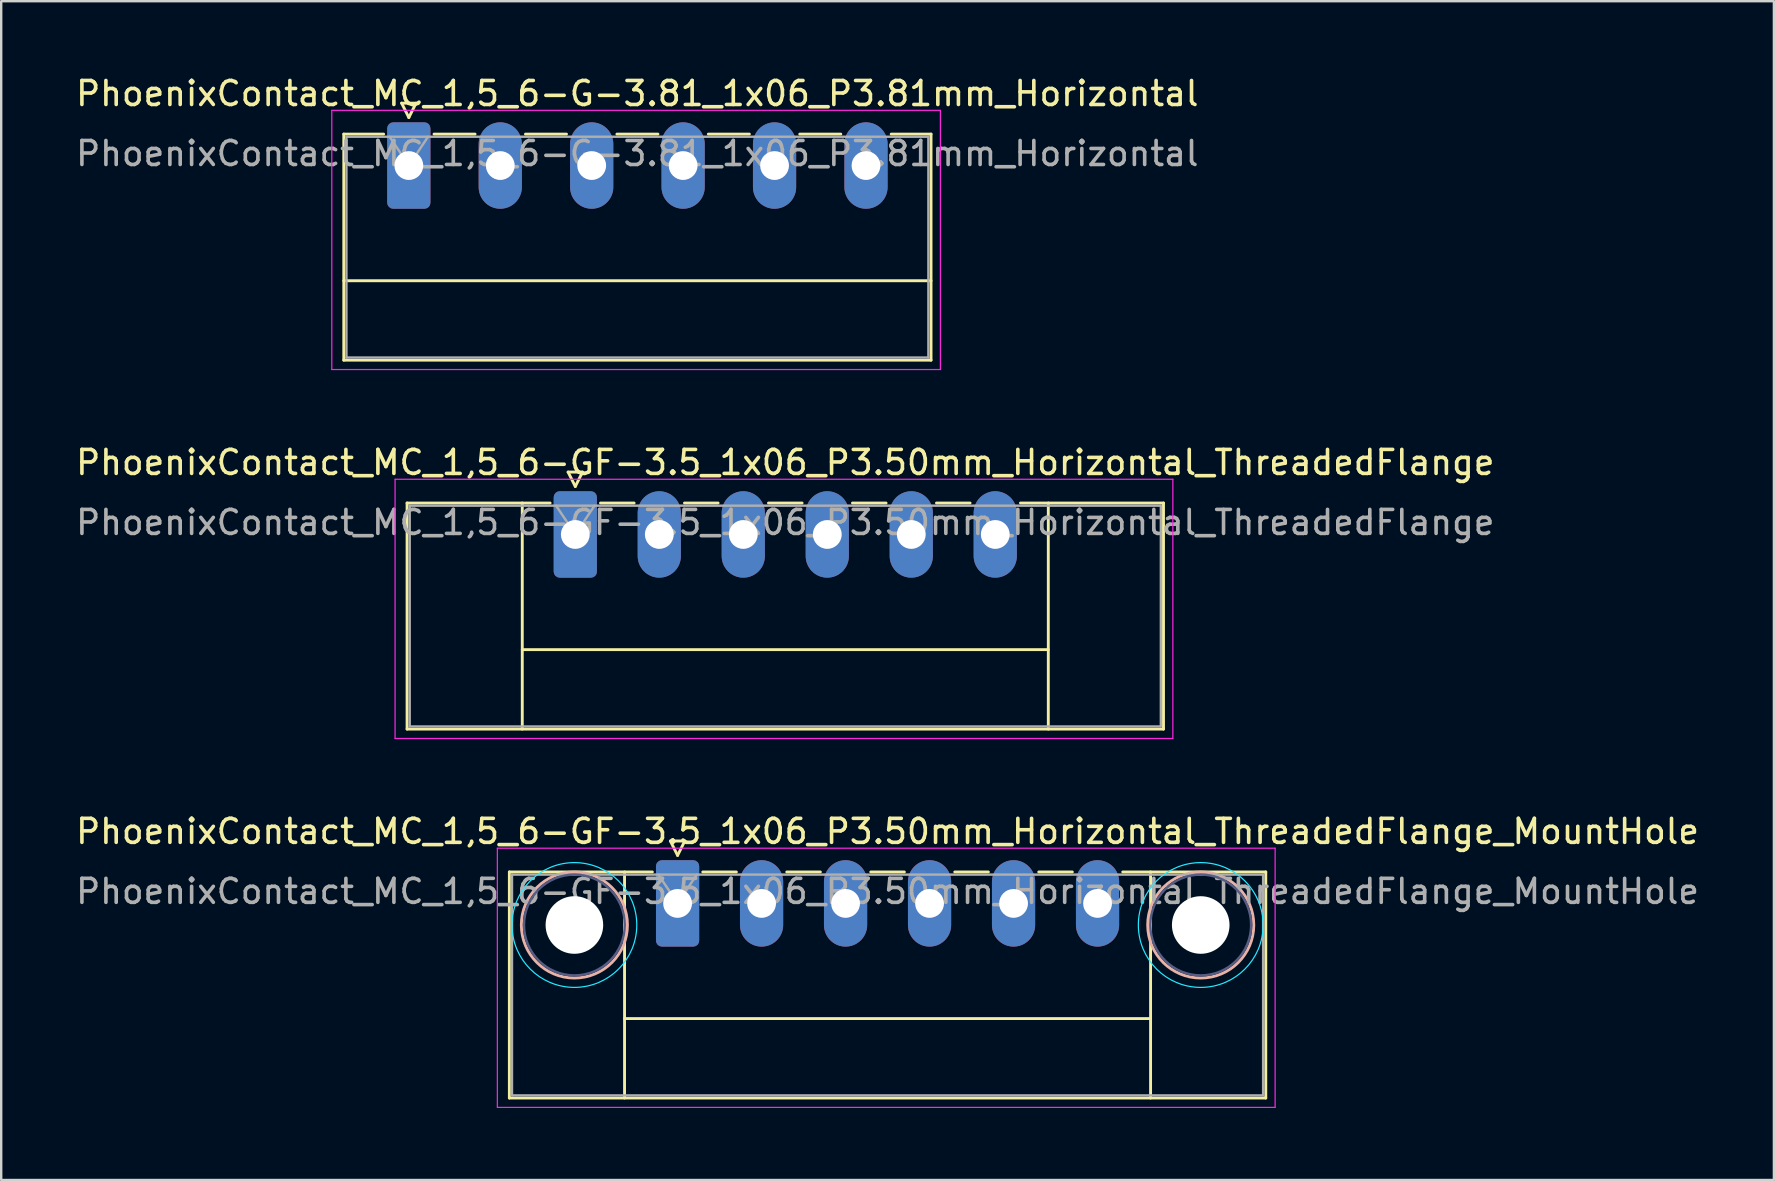
<source format=kicad_pcb>
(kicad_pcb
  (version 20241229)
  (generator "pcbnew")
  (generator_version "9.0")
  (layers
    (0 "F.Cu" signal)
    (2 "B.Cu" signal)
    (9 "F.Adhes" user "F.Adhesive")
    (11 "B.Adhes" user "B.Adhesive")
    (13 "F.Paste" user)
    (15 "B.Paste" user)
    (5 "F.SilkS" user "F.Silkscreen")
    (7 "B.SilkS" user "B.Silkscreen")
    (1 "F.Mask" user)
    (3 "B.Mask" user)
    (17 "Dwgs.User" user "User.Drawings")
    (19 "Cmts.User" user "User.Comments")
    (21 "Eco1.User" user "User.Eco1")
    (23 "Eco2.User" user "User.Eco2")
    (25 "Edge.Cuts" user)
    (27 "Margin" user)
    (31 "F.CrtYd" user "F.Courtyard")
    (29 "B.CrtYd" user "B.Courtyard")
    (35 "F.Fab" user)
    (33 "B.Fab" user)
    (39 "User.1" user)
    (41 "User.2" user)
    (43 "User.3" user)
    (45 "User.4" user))
  (footprint "PhoenixContact_MC_1,5_6-GF-3.5_1x06_P3.50mm_Horizontal_ThreadedFlange_MountHole"
    (layer "F.Cu")
    (at 25.185 34.595)
    (property "Reference" "PhoenixContact_MC_1,5_6-GF-3.5_1x06_P3.50mm_Horizontal_ThreadedFlange_MountHole" (at 8.75 -3 0) (layer "F.SilkS") (effects (font (size 1 1) (thickness 0.15))))
    (attr through_hole)
    (fp_line (start -7.01 -1.31) (end -7.01 8.11) (stroke (width 0.12) (type solid)) (layer "F.SilkS"))
    (fp_line (start -7.01 -1.31) (end -1.05 -1.31) (stroke (width 0.12) (type solid)) (layer "F.SilkS"))
    (fp_line (start -7.01 8.11) (end 24.51 8.11) (stroke (width 0.12) (type solid)) (layer "F.SilkS"))
    (fp_line (start -2.21 -1.31) (end -2.21 8.11) (stroke (width 0.12) (type solid)) (layer "F.SilkS"))
    (fp_line (start -2.21 4.8) (end 19.71 4.8) (stroke (width 0.12) (type solid)) (layer "F.SilkS"))
    (fp_line (start -0.3 -2.6) (end 0.3 -2.6) (stroke (width 0.12) (type solid)) (layer "F.SilkS"))
    (fp_line (start 0 -2) (end -0.3 -2.6) (stroke (width 0.12) (type solid)) (layer "F.SilkS"))
    (fp_line (start 0.3 -2.6) (end 0 -2) (stroke (width 0.12) (type solid)) (layer "F.SilkS"))
    (fp_line (start 1.05 -1.31) (end 2.45 -1.31) (stroke (width 0.12) (type solid)) (layer "F.SilkS"))
    (fp_line (start 4.55 -1.31) (end 5.95 -1.31) (stroke (width 0.12) (type solid)) (layer "F.SilkS"))
    (fp_line (start 8.05 -1.31) (end 9.45 -1.31) (stroke (width 0.12) (type solid)) (layer "F.SilkS"))
    (fp_line (start 11.55 -1.31) (end 12.95 -1.31) (stroke (width 0.12) (type solid)) (layer "F.SilkS"))
    (fp_line (start 15.05 -1.31) (end 16.45 -1.31) (stroke (width 0.12) (type solid)) (layer "F.SilkS"))
    (fp_line (start 19.71 -1.31) (end 19.71 8.11) (stroke (width 0.12) (type solid)) (layer "F.SilkS"))
    (fp_line (start 24.51 -1.31) (end 18.55 -1.31) (stroke (width 0.12) (type solid)) (layer "F.SilkS"))
    (fp_line (start 24.51 8.11) (end 24.51 -1.31) (stroke (width 0.12) (type solid)) (layer "F.SilkS"))
    (fp_circle (center -4.3 0.9) (end -2.09 0.9) (stroke (width 0.12) (type solid)) (fill no) (layer "B.SilkS"))
    (fp_circle (center 21.8 0.9) (end 24.01 0.9) (stroke (width 0.12) (type solid)) (fill no) (layer "B.SilkS"))
    (fp_circle (center -4.3 0.9) (end -1.7 0.9) (stroke (width 0.05) (type solid)) (fill no) (layer "B.CrtYd"))
    (fp_circle (center 21.8 0.9) (end 24.4 0.9) (stroke (width 0.05) (type solid)) (fill no) (layer "B.CrtYd"))
    (fp_line (start -7.51 -2.3) (end -7.51 8.5) (stroke (width 0.05) (type solid)) (layer "F.CrtYd"))
    (fp_line (start -7.51 8.5) (end 24.9 8.5) (stroke (width 0.05) (type solid)) (layer "F.CrtYd"))
    (fp_line (start 24.9 -2.3) (end -7.51 -2.3) (stroke (width 0.05) (type solid)) (layer "F.CrtYd"))
    (fp_line (start 24.9 8.5) (end 24.9 -2.3) (stroke (width 0.05) (type solid)) (layer "F.CrtYd"))
    (fp_circle (center -4.3 0.9) (end -2.2 0.9) (stroke (width 0.1) (type solid)) (fill no) (layer "B.Fab"))
    (fp_circle (center 21.8 0.9) (end 23.9 0.9) (stroke (width 0.1) (type solid)) (fill no) (layer "B.Fab"))
    (fp_line (start -6.9 -1.2) (end -6.9 8) (stroke (width 0.1) (type solid)) (layer "F.Fab"))
    (fp_line (start -6.9 8) (end 24.4 8) (stroke (width 0.1) (type solid)) (layer "F.Fab"))
    (fp_line (start 0 0) (end -0.8 -1.2) (stroke (width 0.1) (type solid)) (layer "F.Fab"))
    (fp_line (start 0.8 -1.2) (end 0 0) (stroke (width 0.1) (type solid)) (layer "F.Fab"))
    (fp_line (start 24.4 -1.2) (end -6.9 -1.2) (stroke (width 0.1) (type solid)) (layer "F.Fab"))
    (fp_line (start 24.4 8) (end 24.4 -1.2) (stroke (width 0.1) (type solid)) (layer "F.Fab"))
    (fp_text user "${REFERENCE}" (at 8.75 -0.5 0) (layer "F.Fab") (effects (font (size 1 1) (thickness 0.15))))
    (pad "" np_thru_hole circle (at -4.3 0.9) (size 2.4 2.4) (drill 2.4) (layers "*.Cu" "*.Mask"))
    (pad "" np_thru_hole circle (at 21.8 0.9) (size 2.4 2.4) (drill 2.4) (layers "*.Cu" "*.Mask"))
    (pad "1" thru_hole roundrect (at 0 0) (size 1.8 3.6) (drill 1.2) (layers "*.Cu" "*.Mask") (roundrect_rratio 0.139))
    (pad "2" thru_hole oval (at 3.5 0) (size 1.8 3.6) (drill 1.2) (layers "*.Cu" "*.Mask"))
    (pad "3" thru_hole oval (at 7 0) (size 1.8 3.6) (drill 1.2) (layers "*.Cu" "*.Mask"))
    (pad "4" thru_hole oval (at 10.5 0) (size 1.8 3.6) (drill 1.2) (layers "*.Cu" "*.Mask"))
    (pad "5" thru_hole oval (at 14 0) (size 1.8 3.6) (drill 1.2) (layers "*.Cu" "*.Mask"))
    (pad "6" thru_hole oval (at 17.5 0) (size 1.8 3.6) (drill 1.2) (layers "*.Cu" "*.Mask")))
  (footprint "PhoenixContact_MC_1,5_6-GF-3.5_1x06_P3.50mm_Horizontal_ThreadedFlange"
    (layer "F.Cu")
    (at 20.923 19.221)
    (property "Reference" "PhoenixContact_MC_1,5_6-GF-3.5_1x06_P3.50mm_Horizontal_ThreadedFlange" (at 8.75 -3 0) (layer "F.SilkS") (effects (font (size 1 1) (thickness 0.15))))
    (attr through_hole)
    (fp_line (start -7.01 -1.31) (end -7.01 8.11) (stroke (width 0.12) (type solid)) (layer "F.SilkS"))
    (fp_line (start -7.01 -1.31) (end -1.05 -1.31) (stroke (width 0.12) (type solid)) (layer "F.SilkS"))
    (fp_line (start -7.01 8.11) (end 24.51 8.11) (stroke (width 0.12) (type solid)) (layer "F.SilkS"))
    (fp_line (start -2.21 -1.31) (end -2.21 8.11) (stroke (width 0.12) (type solid)) (layer "F.SilkS"))
    (fp_line (start -2.21 4.8) (end 19.71 4.8) (stroke (width 0.12) (type solid)) (layer "F.SilkS"))
    (fp_line (start -0.3 -2.6) (end 0.3 -2.6) (stroke (width 0.12) (type solid)) (layer "F.SilkS"))
    (fp_line (start 0 -2) (end -0.3 -2.6) (stroke (width 0.12) (type solid)) (layer "F.SilkS"))
    (fp_line (start 0.3 -2.6) (end 0 -2) (stroke (width 0.12) (type solid)) (layer "F.SilkS"))
    (fp_line (start 1.05 -1.31) (end 2.45 -1.31) (stroke (width 0.12) (type solid)) (layer "F.SilkS"))
    (fp_line (start 4.55 -1.31) (end 5.95 -1.31) (stroke (width 0.12) (type solid)) (layer "F.SilkS"))
    (fp_line (start 8.05 -1.31) (end 9.45 -1.31) (stroke (width 0.12) (type solid)) (layer "F.SilkS"))
    (fp_line (start 11.55 -1.31) (end 12.95 -1.31) (stroke (width 0.12) (type solid)) (layer "F.SilkS"))
    (fp_line (start 15.05 -1.31) (end 16.45 -1.31) (stroke (width 0.12) (type solid)) (layer "F.SilkS"))
    (fp_line (start 19.71 -1.31) (end 19.71 8.11) (stroke (width 0.12) (type solid)) (layer "F.SilkS"))
    (fp_line (start 24.51 -1.31) (end 18.55 -1.31) (stroke (width 0.12) (type solid)) (layer "F.SilkS"))
    (fp_line (start 24.51 8.11) (end 24.51 -1.31) (stroke (width 0.12) (type solid)) (layer "F.SilkS"))
    (fp_line (start -7.51 -2.3) (end -7.51 8.5) (stroke (width 0.05) (type solid)) (layer "F.CrtYd"))
    (fp_line (start -7.51 8.5) (end 24.9 8.5) (stroke (width 0.05) (type solid)) (layer "F.CrtYd"))
    (fp_line (start 24.9 -2.3) (end -7.51 -2.3) (stroke (width 0.05) (type solid)) (layer "F.CrtYd"))
    (fp_line (start 24.9 8.5) (end 24.9 -2.3) (stroke (width 0.05) (type solid)) (layer "F.CrtYd"))
    (fp_line (start -6.9 -1.2) (end -6.9 8) (stroke (width 0.1) (type solid)) (layer "F.Fab"))
    (fp_line (start -6.9 8) (end 24.4 8) (stroke (width 0.1) (type solid)) (layer "F.Fab"))
    (fp_line (start 0 0) (end -0.8 -1.2) (stroke (width 0.1) (type solid)) (layer "F.Fab"))
    (fp_line (start 0.8 -1.2) (end 0 0) (stroke (width 0.1) (type solid)) (layer "F.Fab"))
    (fp_line (start 24.4 -1.2) (end -6.9 -1.2) (stroke (width 0.1) (type solid)) (layer "F.Fab"))
    (fp_line (start 24.4 8) (end 24.4 -1.2) (stroke (width 0.1) (type solid)) (layer "F.Fab"))
    (fp_text user "${REFERENCE}" (at 8.75 -0.5 0) (layer "F.Fab") (effects (font (size 1 1) (thickness 0.15))))
    (pad "1" thru_hole roundrect (at 0 0) (size 1.8 3.6) (drill 1.2) (layers "*.Cu" "*.Mask") (roundrect_rratio 0.139))
    (pad "2" thru_hole oval (at 3.5 0) (size 1.8 3.6) (drill 1.2) (layers "*.Cu" "*.Mask"))
    (pad "3" thru_hole oval (at 7 0) (size 1.8 3.6) (drill 1.2) (layers "*.Cu" "*.Mask"))
    (pad "4" thru_hole oval (at 10.5 0) (size 1.8 3.6) (drill 1.2) (layers "*.Cu" "*.Mask"))
    (pad "5" thru_hole oval (at 14 0) (size 1.8 3.6) (drill 1.2) (layers "*.Cu" "*.Mask"))
    (pad "6" thru_hole oval (at 17.5 0) (size 1.8 3.6) (drill 1.2) (layers "*.Cu" "*.Mask")))
  (footprint "PhoenixContact_MC_1,5_6-G-3.81_1x06_P3.81mm_Horizontal"
    (layer "F.Cu")
    (at 13.986 3.848)
    (property "Reference" "PhoenixContact_MC_1,5_6-G-3.81_1x06_P3.81mm_Horizontal" (at 9.52 -3 0) (layer "F.SilkS") (effects (font (size 1 1) (thickness 0.15))))
    (attr through_hole)
    (fp_line (start -2.71 -1.31) (end -2.71 8.11) (stroke (width 0.12) (type solid)) (layer "F.SilkS"))
    (fp_line (start -2.71 -1.31) (end -1.05 -1.31) (stroke (width 0.12) (type solid)) (layer "F.SilkS"))
    (fp_line (start -2.71 4.8) (end 21.76 4.8) (stroke (width 0.12) (type solid)) (layer "F.SilkS"))
    (fp_line (start -2.71 8.11) (end 21.76 8.11) (stroke (width 0.12) (type solid)) (layer "F.SilkS"))
    (fp_line (start -0.3 -2.6) (end 0.3 -2.6) (stroke (width 0.12) (type solid)) (layer "F.SilkS"))
    (fp_line (start 0 -2) (end -0.3 -2.6) (stroke (width 0.12) (type solid)) (layer "F.SilkS"))
    (fp_line (start 0.3 -2.6) (end 0 -2) (stroke (width 0.12) (type solid)) (layer "F.SilkS"))
    (fp_line (start 1.05 -1.31) (end 2.76 -1.31) (stroke (width 0.12) (type solid)) (layer "F.SilkS"))
    (fp_line (start 4.86 -1.31) (end 6.57 -1.31) (stroke (width 0.12) (type solid)) (layer "F.SilkS"))
    (fp_line (start 8.67 -1.31) (end 10.38 -1.31) (stroke (width 0.12) (type solid)) (layer "F.SilkS"))
    (fp_line (start 12.48 -1.31) (end 14.19 -1.31) (stroke (width 0.12) (type solid)) (layer "F.SilkS"))
    (fp_line (start 16.29 -1.31) (end 18 -1.31) (stroke (width 0.12) (type solid)) (layer "F.SilkS"))
    (fp_line (start 21.76 -1.31) (end 20.1 -1.31) (stroke (width 0.12) (type solid)) (layer "F.SilkS"))
    (fp_line (start 21.76 8.11) (end 21.76 -1.31) (stroke (width 0.12) (type solid)) (layer "F.SilkS"))
    (fp_line (start -3.21 -2.3) (end -3.21 8.5) (stroke (width 0.05) (type solid)) (layer "F.CrtYd"))
    (fp_line (start -3.21 8.5) (end 22.15 8.5) (stroke (width 0.05) (type solid)) (layer "F.CrtYd"))
    (fp_line (start 22.15 -2.3) (end -3.21 -2.3) (stroke (width 0.05) (type solid)) (layer "F.CrtYd"))
    (fp_line (start 22.15 8.5) (end 22.15 -2.3) (stroke (width 0.05) (type solid)) (layer "F.CrtYd"))
    (fp_line (start -2.6 -1.2) (end -2.6 8) (stroke (width 0.1) (type solid)) (layer "F.Fab"))
    (fp_line (start -2.6 8) (end 21.65 8) (stroke (width 0.1) (type solid)) (layer "F.Fab"))
    (fp_line (start 0 0) (end -0.8 -1.2) (stroke (width 0.1) (type solid)) (layer "F.Fab"))
    (fp_line (start 0.8 -1.2) (end 0 0) (stroke (width 0.1) (type solid)) (layer "F.Fab"))
    (fp_line (start 21.65 -1.2) (end -2.6 -1.2) (stroke (width 0.1) (type solid)) (layer "F.Fab"))
    (fp_line (start 21.65 8) (end 21.65 -1.2) (stroke (width 0.1) (type solid)) (layer "F.Fab"))
    (fp_text user "${REFERENCE}" (at 9.52 -0.5 0) (layer "F.Fab") (effects (font (size 1 1) (thickness 0.15))))
    (pad "1" thru_hole roundrect (at 0 0) (size 1.8 3.6) (drill 1.2) (layers "*.Cu" "*.Mask") (roundrect_rratio 0.139))
    (pad "2" thru_hole oval (at 3.81 0) (size 1.8 3.6) (drill 1.2) (layers "*.Cu" "*.Mask"))
    (pad "3" thru_hole oval (at 7.62 0) (size 1.8 3.6) (drill 1.2) (layers "*.Cu" "*.Mask"))
    (pad "4" thru_hole oval (at 11.43 0) (size 1.8 3.6) (drill 1.2) (layers "*.Cu" "*.Mask"))
    (pad "5" thru_hole oval (at 15.24 0) (size 1.8 3.6) (drill 1.2) (layers "*.Cu" "*.Mask"))
    (pad "6" thru_hole oval (at 19.05 0) (size 1.8 3.6) (drill 1.2) (layers "*.Cu" "*.Mask")))
  (gr_rect
    (start -3 -3)
    (end 70.869 46.12)
    (stroke (width 0.1) (type default))
    (fill no)
    (layer "Edge.Cuts")))
</source>
